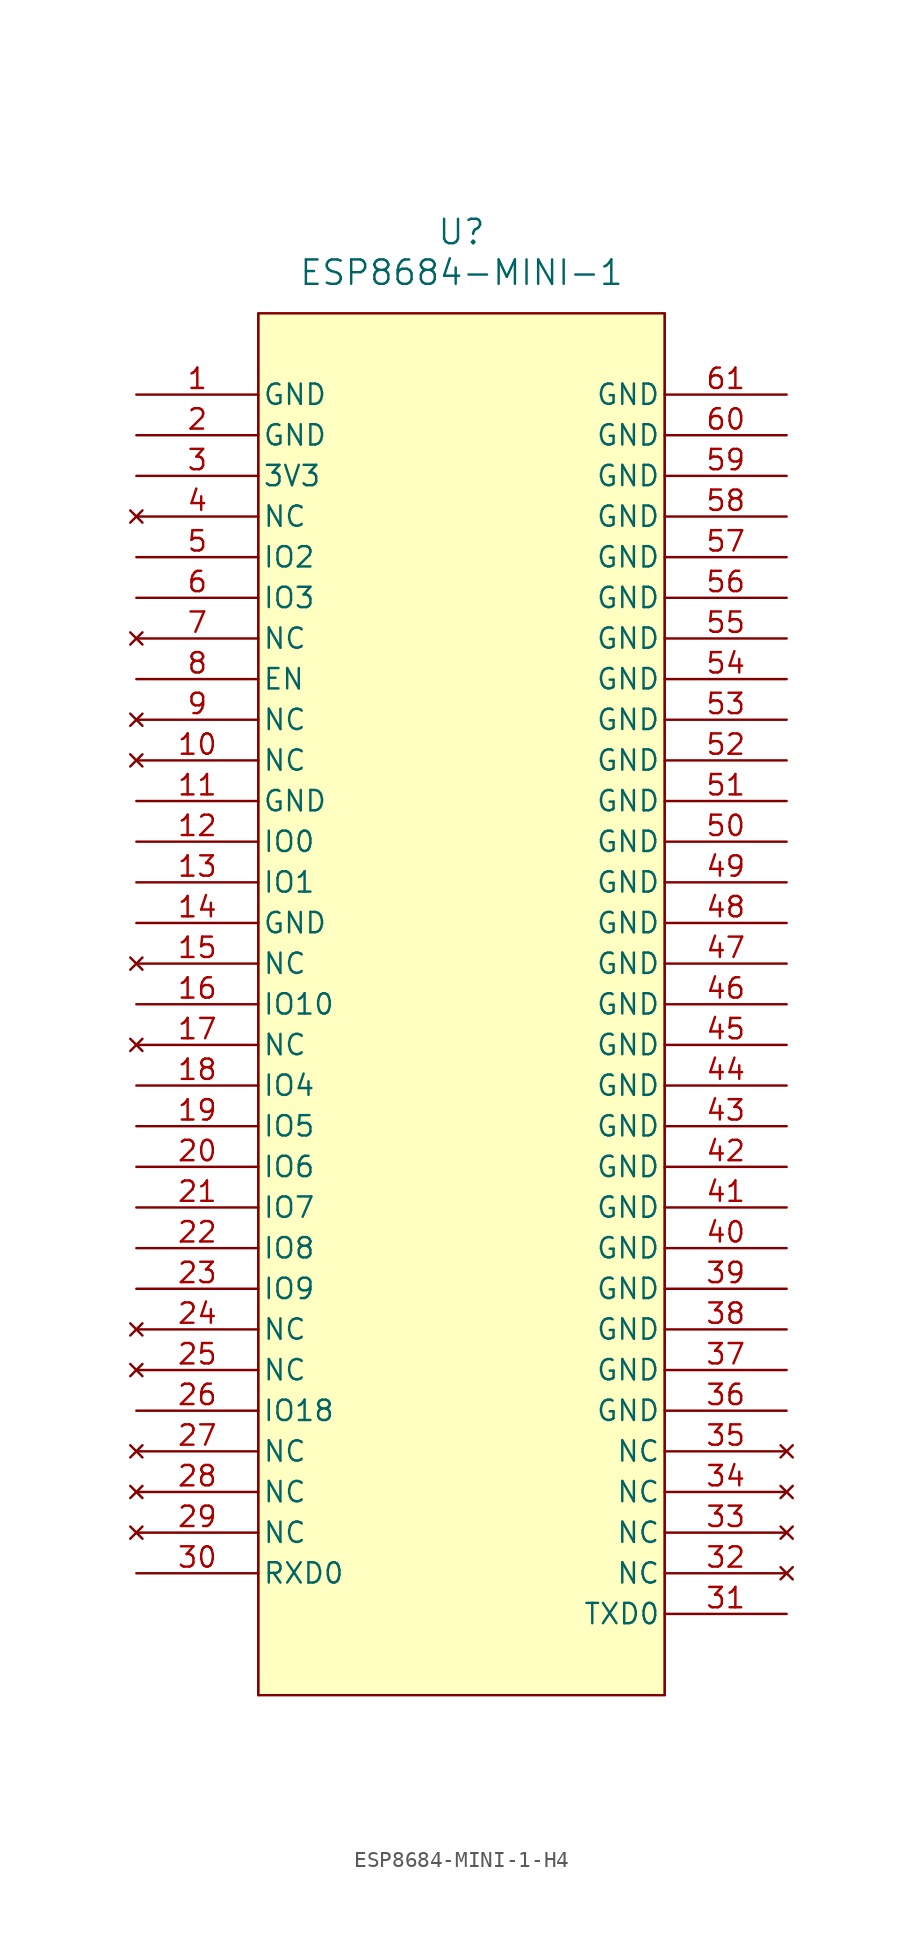
<source format=kicad_sym>
(kicad_symbol_lib
  (version 20231120)
  (generator "kicad_symbol_editor")
  (generator_version "8.0")
  (symbol "ESP8684-MINI-1-H4"
    (pin_names
      (offset 0.254))
    (property "Reference" "U"
      (at 20.32 10.16 0)
      (effects (font (size 1.524 1.524))))
    (property "Value" "ESP8684-MINI-1"
      (at 20.32 7.62 0)
      (effects (font (size 1.524 1.524))))
    (symbol "ESP8684-MINI-1-H4_0_1"
      (polyline (pts (xy 7.62 5.08) (xy 7.62 -81.28)) (stroke (width 0.127) (type default)) (fill (type none)))
      (polyline (pts (xy 33.02 -81.28) (xy 33.02 5.08)) (stroke (width 0.127) (type default)) (fill (type none)))
      (pin power_out line (at 0 0 0) (length 7.62) (name "GND" (effects (font (size 1.27 1.27)))) (number "1" (effects (font (size 1.27 1.27)))))
      (pin no_connect line (at 0 -22.86 0) (length 7.62) (name "NC" (effects (font (size 1.27 1.27)))) (number "10" (effects (font (size 1.27 1.27)))))
      (pin power_out line (at 0 -25.4 0) (length 7.62) (name "GND" (effects (font (size 1.27 1.27)))) (number "11" (effects (font (size 1.27 1.27)))))
      (pin bidirectional line (at 0 -27.94 0) (length 7.62) (name "IO0" (effects (font (size 1.27 1.27)))) (number "12" (effects (font (size 1.27 1.27)))))
      (pin bidirectional line (at 0 -30.48 0) (length 7.62) (name "IO1" (effects (font (size 1.27 1.27)))) (number "13" (effects (font (size 1.27 1.27)))))
      (pin power_out line (at 0 -33.02 0) (length 7.62) (name "GND" (effects (font (size 1.27 1.27)))) (number "14" (effects (font (size 1.27 1.27)))))
      (pin no_connect line (at 0 -35.56 0) (length 7.62) (name "NC" (effects (font (size 1.27 1.27)))) (number "15" (effects (font (size 1.27 1.27)))))
      (pin bidirectional line (at 0 -38.1 0) (length 7.62) (name "IO10" (effects (font (size 1.27 1.27)))) (number "16" (effects (font (size 1.27 1.27)))))
      (pin no_connect line (at 0 -40.64 0) (length 7.62) (name "NC" (effects (font (size 1.27 1.27)))) (number "17" (effects (font (size 1.27 1.27)))))
      (pin bidirectional line (at 0 -43.18 0) (length 7.62) (name "IO4" (effects (font (size 1.27 1.27)))) (number "18" (effects (font (size 1.27 1.27)))))
      (pin bidirectional line (at 0 -45.72 0) (length 7.62) (name "IO5" (effects (font (size 1.27 1.27)))) (number "19" (effects (font (size 1.27 1.27)))))
      (pin power_out line (at 0 -2.54 0) (length 7.62) (name "GND" (effects (font (size 1.27 1.27)))) (number "2" (effects (font (size 1.27 1.27)))))
      (pin bidirectional line (at 0 -48.26 0) (length 7.62) (name "IO6" (effects (font (size 1.27 1.27)))) (number "20" (effects (font (size 1.27 1.27)))))
      (pin bidirectional line (at 0 -50.8 0) (length 7.62) (name "IO7" (effects (font (size 1.27 1.27)))) (number "21" (effects (font (size 1.27 1.27)))))
      (pin bidirectional line (at 0 -53.34 0) (length 7.62) (name "IO8" (effects (font (size 1.27 1.27)))) (number "22" (effects (font (size 1.27 1.27)))))
      (pin bidirectional line (at 0 -55.88 0) (length 7.62) (name "IO9" (effects (font (size 1.27 1.27)))) (number "23" (effects (font (size 1.27 1.27)))))
      (pin no_connect line (at 0 -58.42 0) (length 7.62) (name "NC" (effects (font (size 1.27 1.27)))) (number "24" (effects (font (size 1.27 1.27)))))
      (pin no_connect line (at 0 -60.96 0) (length 7.62) (name "NC" (effects (font (size 1.27 1.27)))) (number "25" (effects (font (size 1.27 1.27)))))
      (pin bidirectional line (at 0 -63.5 0) (length 7.62) (name "IO18" (effects (font (size 1.27 1.27)))) (number "26" (effects (font (size 1.27 1.27)))))
      (pin no_connect line (at 0 -66.04 0) (length 7.62) (name "NC" (effects (font (size 1.27 1.27)))) (number "27" (effects (font (size 1.27 1.27)))))
      (pin no_connect line (at 0 -68.58 0) (length 7.62) (name "NC" (effects (font (size 1.27 1.27)))) (number "28" (effects (font (size 1.27 1.27)))))
      (pin no_connect line (at 0 -71.12 0) (length 7.62) (name "NC" (effects (font (size 1.27 1.27)))) (number "29" (effects (font (size 1.27 1.27)))))
      (pin power_in line (at 0 -5.08 0) (length 7.62) (name "3V3" (effects (font (size 1.27 1.27)))) (number "3" (effects (font (size 1.27 1.27)))))
      (pin bidirectional line (at 0 -73.66 0) (length 7.62) (name "RXD0" (effects (font (size 1.27 1.27)))) (number "30" (effects (font (size 1.27 1.27)))))
      (pin bidirectional line (at 40.64 -76.2 180) (length 7.62) (name "TXD0" (effects (font (size 1.27 1.27)))) (number "31" (effects (font (size 1.27 1.27)))))
      (pin no_connect line (at 40.64 -73.66 180) (length 7.62) (name "NC" (effects (font (size 1.27 1.27)))) (number "32" (effects (font (size 1.27 1.27)))))
      (pin no_connect line (at 40.64 -71.12 180) (length 7.62) (name "NC" (effects (font (size 1.27 1.27)))) (number "33" (effects (font (size 1.27 1.27)))))
      (pin no_connect line (at 40.64 -68.58 180) (length 7.62) (name "NC" (effects (font (size 1.27 1.27)))) (number "34" (effects (font (size 1.27 1.27)))))
      (pin no_connect line (at 40.64 -66.04 180) (length 7.62) (name "NC" (effects (font (size 1.27 1.27)))) (number "35" (effects (font (size 1.27 1.27)))))
      (pin power_out line (at 40.64 -63.5 180) (length 7.62) (name "GND" (effects (font (size 1.27 1.27)))) (number "36" (effects (font (size 1.27 1.27)))))
      (pin power_out line (at 40.64 -60.96 180) (length 7.62) (name "GND" (effects (font (size 1.27 1.27)))) (number "37" (effects (font (size 1.27 1.27)))))
      (pin power_out line (at 40.64 -58.42 180) (length 7.62) (name "GND" (effects (font (size 1.27 1.27)))) (number "38" (effects (font (size 1.27 1.27)))))
      (pin power_out line (at 40.64 -55.88 180) (length 7.62) (name "GND" (effects (font (size 1.27 1.27)))) (number "39" (effects (font (size 1.27 1.27)))))
      (pin no_connect line (at 0 -7.62 0) (length 7.62) (name "NC" (effects (font (size 1.27 1.27)))) (number "4" (effects (font (size 1.27 1.27)))))
      (pin power_out line (at 40.64 -53.34 180) (length 7.62) (name "GND" (effects (font (size 1.27 1.27)))) (number "40" (effects (font (size 1.27 1.27)))))
      (pin power_out line (at 40.64 -50.8 180) (length 7.62) (name "GND" (effects (font (size 1.27 1.27)))) (number "41" (effects (font (size 1.27 1.27)))))
      (pin power_out line (at 40.64 -48.26 180) (length 7.62) (name "GND" (effects (font (size 1.27 1.27)))) (number "42" (effects (font (size 1.27 1.27)))))
      (pin power_out line (at 40.64 -45.72 180) (length 7.62) (name "GND" (effects (font (size 1.27 1.27)))) (number "43" (effects (font (size 1.27 1.27)))))
      (pin power_out line (at 40.64 -43.18 180) (length 7.62) (name "GND" (effects (font (size 1.27 1.27)))) (number "44" (effects (font (size 1.27 1.27)))))
      (pin power_out line (at 40.64 -40.64 180) (length 7.62) (name "GND" (effects (font (size 1.27 1.27)))) (number "45" (effects (font (size 1.27 1.27)))))
      (pin power_out line (at 40.64 -38.1 180) (length 7.62) (name "GND" (effects (font (size 1.27 1.27)))) (number "46" (effects (font (size 1.27 1.27)))))
      (pin power_out line (at 40.64 -35.56 180) (length 7.62) (name "GND" (effects (font (size 1.27 1.27)))) (number "47" (effects (font (size 1.27 1.27)))))
      (pin power_out line (at 40.64 -33.02 180) (length 7.62) (name "GND" (effects (font (size 1.27 1.27)))) (number "48" (effects (font (size 1.27 1.27)))))
      (pin power_out line (at 40.64 -30.48 180) (length 7.62) (name "GND" (effects (font (size 1.27 1.27)))) (number "49" (effects (font (size 1.27 1.27)))))
      (pin bidirectional line (at 0 -10.16 0) (length 7.62) (name "IO2" (effects (font (size 1.27 1.27)))) (number "5" (effects (font (size 1.27 1.27)))))
      (pin power_out line (at 40.64 -27.94 180) (length 7.62) (name "GND" (effects (font (size 1.27 1.27)))) (number "50" (effects (font (size 1.27 1.27)))))
      (pin power_out line (at 40.64 -25.4 180) (length 7.62) (name "GND" (effects (font (size 1.27 1.27)))) (number "51" (effects (font (size 1.27 1.27)))))
      (pin power_out line (at 40.64 -22.86 180) (length 7.62) (name "GND" (effects (font (size 1.27 1.27)))) (number "52" (effects (font (size 1.27 1.27)))))
      (pin power_out line (at 40.64 -20.32 180) (length 7.62) (name "GND" (effects (font (size 1.27 1.27)))) (number "53" (effects (font (size 1.27 1.27)))))
      (pin power_out line (at 40.64 -17.78 180) (length 7.62) (name "GND" (effects (font (size 1.27 1.27)))) (number "54" (effects (font (size 1.27 1.27)))))
      (pin power_out line (at 40.64 -15.24 180) (length 7.62) (name "GND" (effects (font (size 1.27 1.27)))) (number "55" (effects (font (size 1.27 1.27)))))
      (pin power_out line (at 40.64 -12.7 180) (length 7.62) (name "GND" (effects (font (size 1.27 1.27)))) (number "56" (effects (font (size 1.27 1.27)))))
      (pin power_out line (at 40.64 -10.16 180) (length 7.62) (name "GND" (effects (font (size 1.27 1.27)))) (number "57" (effects (font (size 1.27 1.27)))))
      (pin power_out line (at 40.64 -7.62 180) (length 7.62) (name "GND" (effects (font (size 1.27 1.27)))) (number "58" (effects (font (size 1.27 1.27)))))
      (pin power_out line (at 40.64 -5.08 180) (length 7.62) (name "GND" (effects (font (size 1.27 1.27)))) (number "59" (effects (font (size 1.27 1.27)))))
      (pin bidirectional line (at 0 -12.7 0) (length 7.62) (name "IO3" (effects (font (size 1.27 1.27)))) (number "6" (effects (font (size 1.27 1.27)))))
      (pin power_out line (at 40.64 -2.54 180) (length 7.62) (name "GND" (effects (font (size 1.27 1.27)))) (number "60" (effects (font (size 1.27 1.27)))))
      (pin power_out line (at 40.64 0 180) (length 7.62) (name "GND" (effects (font (size 1.27 1.27)))) (number "61" (effects (font (size 1.27 1.27)))))
      (pin no_connect line (at 0 -15.24 0) (length 7.62) (name "NC" (effects (font (size 1.27 1.27)))) (number "7" (effects (font (size 1.27 1.27)))))
      (pin input line (at 0 -17.78 0) (length 7.62) (name "EN" (effects (font (size 1.27 1.27)))) (number "8" (effects (font (size 1.27 1.27)))))
      (pin no_connect line (at 0 -20.32 0) (length 7.62) (name "NC" (effects (font (size 1.27 1.27)))) (number "9" (effects (font (size 1.27 1.27))))))
    (symbol "ESP8684-MINI-1-H4_1_1"
      (rectangle (start 7.62 5.08) (end 33.02 -81.28) (stroke (width 0) (type default)) (fill (type background))))))
</source>
